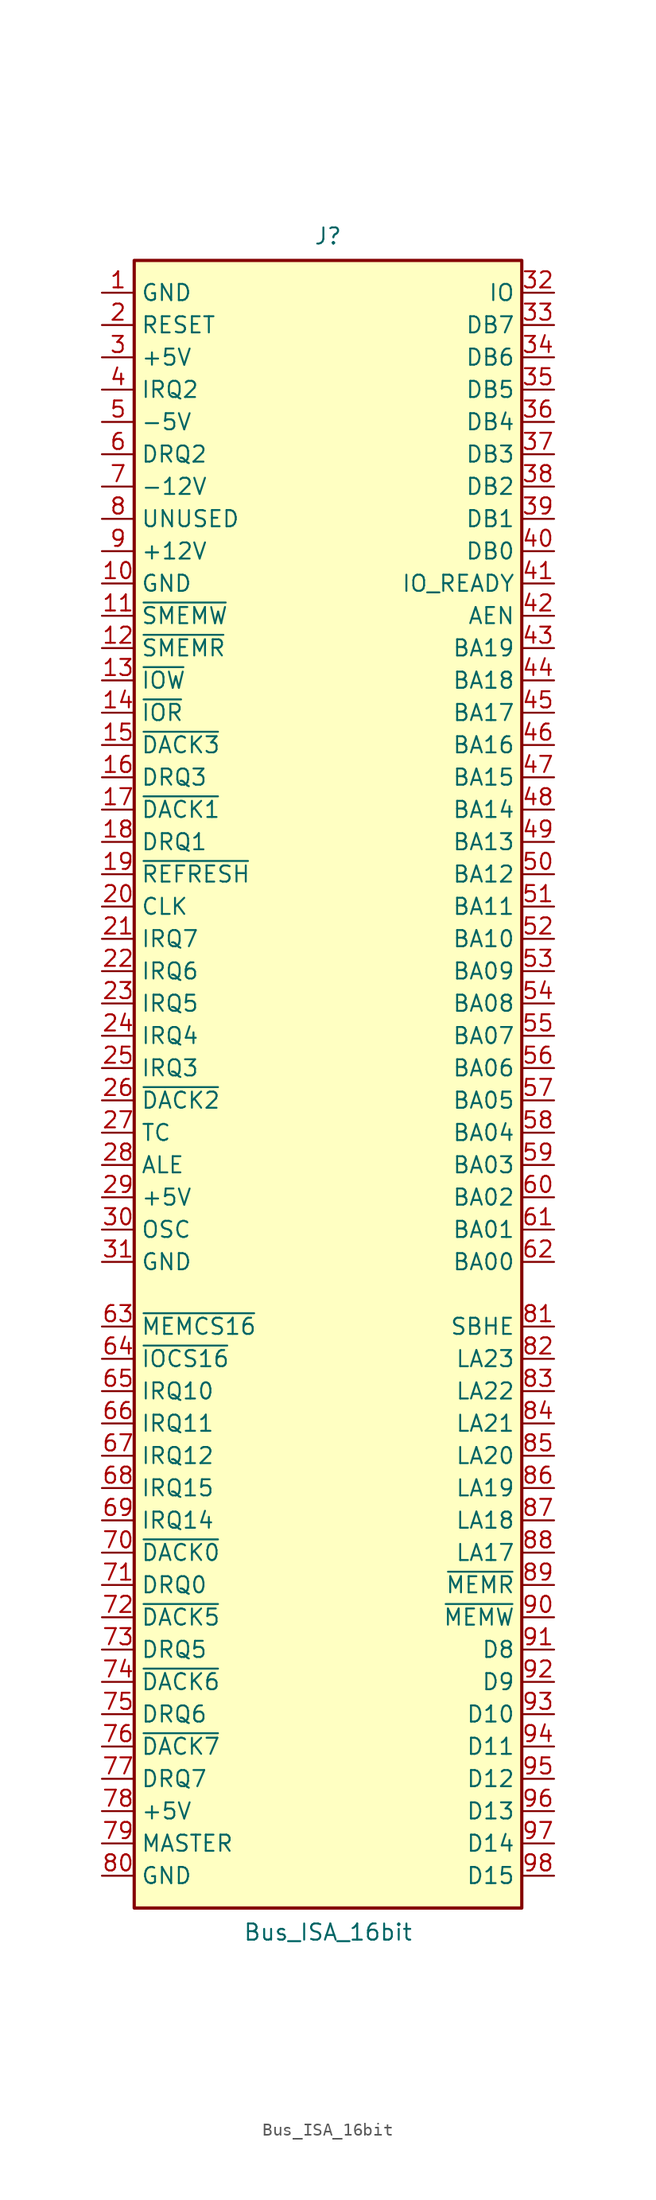
<source format=kicad_sym>
(kicad_symbol_lib
  (version 20211014)
  (generator kicad_symbol_editor)
  (symbol "Bus_ISA_16bit"
    (property "Reference" "J"
      (at 0 67.945 0)
      (effects (font (size 1.27 1.27))))
    (property "Value" "Bus_ISA_16bit"
      (at 0 -65.405 0)
      (effects (font (size 1.27 1.27))))
    (symbol "Bus_ISA_16bit_0_1"
      (rectangle (start -15.24 -63.5) (end 15.24 66.04) (stroke (width 0.254) (type default) (color 0 0 0 0)) (fill (type background))))
    (symbol "Bus_ISA_16bit_1_1"
      (pin power_out line (at -17.78 63.5 0) (length 2.54) (name "GND" (effects (font (size 1.27 1.27)))) (number "1" (effects (font (size 1.27 1.27)))))
      (pin power_in line (at -17.78 40.64 0) (length 2.54) (name "GND" (effects (font (size 1.27 1.27)))) (number "10" (effects (font (size 1.27 1.27)))))
      (pin output line (at -17.78 38.1 0) (length 2.54) (name "~{SMEMW}" (effects (font (size 1.27 1.27)))) (number "11" (effects (font (size 1.27 1.27)))))
      (pin output line (at -17.78 35.56 0) (length 2.54) (name "~{SMEMR}" (effects (font (size 1.27 1.27)))) (number "12" (effects (font (size 1.27 1.27)))))
      (pin output line (at -17.78 33.02 0) (length 2.54) (name "~{IOW}" (effects (font (size 1.27 1.27)))) (number "13" (effects (font (size 1.27 1.27)))))
      (pin output line (at -17.78 30.48 0) (length 2.54) (name "~{IOR}" (effects (font (size 1.27 1.27)))) (number "14" (effects (font (size 1.27 1.27)))))
      (pin passive line (at -17.78 27.94 0) (length 2.54) (name "~{DACK3}" (effects (font (size 1.27 1.27)))) (number "15" (effects (font (size 1.27 1.27)))))
      (pin passive line (at -17.78 25.4 0) (length 2.54) (name "DRQ3" (effects (font (size 1.27 1.27)))) (number "16" (effects (font (size 1.27 1.27)))))
      (pin passive line (at -17.78 22.86 0) (length 2.54) (name "~{DACK1}" (effects (font (size 1.27 1.27)))) (number "17" (effects (font (size 1.27 1.27)))))
      (pin passive line (at -17.78 20.32 0) (length 2.54) (name "DRQ1" (effects (font (size 1.27 1.27)))) (number "18" (effects (font (size 1.27 1.27)))))
      (pin passive line (at -17.78 17.78 0) (length 2.54) (name "~{REFRESH}" (effects (font (size 1.27 1.27)))) (number "19" (effects (font (size 1.27 1.27)))))
      (pin output line (at -17.78 60.96 0) (length 2.54) (name "RESET" (effects (font (size 1.27 1.27)))) (number "2" (effects (font (size 1.27 1.27)))))
      (pin output line (at -17.78 15.24 0) (length 2.54) (name "CLK" (effects (font (size 1.27 1.27)))) (number "20" (effects (font (size 1.27 1.27)))))
      (pin passive line (at -17.78 12.7 0) (length 2.54) (name "IRQ7" (effects (font (size 1.27 1.27)))) (number "21" (effects (font (size 1.27 1.27)))))
      (pin passive line (at -17.78 10.16 0) (length 2.54) (name "IRQ6" (effects (font (size 1.27 1.27)))) (number "22" (effects (font (size 1.27 1.27)))))
      (pin passive line (at -17.78 7.62 0) (length 2.54) (name "IRQ5" (effects (font (size 1.27 1.27)))) (number "23" (effects (font (size 1.27 1.27)))))
      (pin passive line (at -17.78 5.08 0) (length 2.54) (name "IRQ4" (effects (font (size 1.27 1.27)))) (number "24" (effects (font (size 1.27 1.27)))))
      (pin passive line (at -17.78 2.54 0) (length 2.54) (name "IRQ3" (effects (font (size 1.27 1.27)))) (number "25" (effects (font (size 1.27 1.27)))))
      (pin passive line (at -17.78 0 0) (length 2.54) (name "~{DACK2}" (effects (font (size 1.27 1.27)))) (number "26" (effects (font (size 1.27 1.27)))))
      (pin passive line (at -17.78 -2.54 0) (length 2.54) (name "TC" (effects (font (size 1.27 1.27)))) (number "27" (effects (font (size 1.27 1.27)))))
      (pin output line (at -17.78 -5.08 0) (length 2.54) (name "ALE" (effects (font (size 1.27 1.27)))) (number "28" (effects (font (size 1.27 1.27)))))
      (pin power_in line (at -17.78 -7.62 0) (length 2.54) (name "+5V" (effects (font (size 1.27 1.27)))) (number "29" (effects (font (size 1.27 1.27)))))
      (pin power_out line (at -17.78 58.42 0) (length 2.54) (name "+5V" (effects (font (size 1.27 1.27)))) (number "3" (effects (font (size 1.27 1.27)))))
      (pin output line (at -17.78 -10.16 0) (length 2.54) (name "OSC" (effects (font (size 1.27 1.27)))) (number "30" (effects (font (size 1.27 1.27)))))
      (pin power_in line (at -17.78 -12.7 0) (length 2.54) (name "GND" (effects (font (size 1.27 1.27)))) (number "31" (effects (font (size 1.27 1.27)))))
      (pin passive line (at 17.78 63.5 180) (length 2.54) (name "IO" (effects (font (size 1.27 1.27)))) (number "32" (effects (font (size 1.27 1.27)))))
      (pin tri_state line (at 17.78 60.96 180) (length 2.54) (name "DB7" (effects (font (size 1.27 1.27)))) (number "33" (effects (font (size 1.27 1.27)))))
      (pin tri_state line (at 17.78 58.42 180) (length 2.54) (name "DB6" (effects (font (size 1.27 1.27)))) (number "34" (effects (font (size 1.27 1.27)))))
      (pin tri_state line (at 17.78 55.88 180) (length 2.54) (name "DB5" (effects (font (size 1.27 1.27)))) (number "35" (effects (font (size 1.27 1.27)))))
      (pin tri_state line (at 17.78 53.34 180) (length 2.54) (name "DB4" (effects (font (size 1.27 1.27)))) (number "36" (effects (font (size 1.27 1.27)))))
      (pin tri_state line (at 17.78 50.8 180) (length 2.54) (name "DB3" (effects (font (size 1.27 1.27)))) (number "37" (effects (font (size 1.27 1.27)))))
      (pin tri_state line (at 17.78 48.26 180) (length 2.54) (name "DB2" (effects (font (size 1.27 1.27)))) (number "38" (effects (font (size 1.27 1.27)))))
      (pin tri_state line (at 17.78 45.72 180) (length 2.54) (name "DB1" (effects (font (size 1.27 1.27)))) (number "39" (effects (font (size 1.27 1.27)))))
      (pin passive line (at -17.78 55.88 0) (length 2.54) (name "IRQ2" (effects (font (size 1.27 1.27)))) (number "4" (effects (font (size 1.27 1.27)))))
      (pin tri_state line (at 17.78 43.18 180) (length 2.54) (name "DB0" (effects (font (size 1.27 1.27)))) (number "40" (effects (font (size 1.27 1.27)))))
      (pin passive line (at 17.78 40.64 180) (length 2.54) (name "IO_READY" (effects (font (size 1.27 1.27)))) (number "41" (effects (font (size 1.27 1.27)))))
      (pin output line (at 17.78 38.1 180) (length 2.54) (name "AEN" (effects (font (size 1.27 1.27)))) (number "42" (effects (font (size 1.27 1.27)))))
      (pin tri_state line (at 17.78 35.56 180) (length 2.54) (name "BA19" (effects (font (size 1.27 1.27)))) (number "43" (effects (font (size 1.27 1.27)))))
      (pin tri_state line (at 17.78 33.02 180) (length 2.54) (name "BA18" (effects (font (size 1.27 1.27)))) (number "44" (effects (font (size 1.27 1.27)))))
      (pin tri_state line (at 17.78 30.48 180) (length 2.54) (name "BA17" (effects (font (size 1.27 1.27)))) (number "45" (effects (font (size 1.27 1.27)))))
      (pin tri_state line (at 17.78 27.94 180) (length 2.54) (name "BA16" (effects (font (size 1.27 1.27)))) (number "46" (effects (font (size 1.27 1.27)))))
      (pin tri_state line (at 17.78 25.4 180) (length 2.54) (name "BA15" (effects (font (size 1.27 1.27)))) (number "47" (effects (font (size 1.27 1.27)))))
      (pin tri_state line (at 17.78 22.86 180) (length 2.54) (name "BA14" (effects (font (size 1.27 1.27)))) (number "48" (effects (font (size 1.27 1.27)))))
      (pin tri_state line (at 17.78 20.32 180) (length 2.54) (name "BA13" (effects (font (size 1.27 1.27)))) (number "49" (effects (font (size 1.27 1.27)))))
      (pin power_out line (at -17.78 53.34 0) (length 2.54) (name "-5V" (effects (font (size 1.27 1.27)))) (number "5" (effects (font (size 1.27 1.27)))))
      (pin tri_state line (at 17.78 17.78 180) (length 2.54) (name "BA12" (effects (font (size 1.27 1.27)))) (number "50" (effects (font (size 1.27 1.27)))))
      (pin tri_state line (at 17.78 15.24 180) (length 2.54) (name "BA11" (effects (font (size 1.27 1.27)))) (number "51" (effects (font (size 1.27 1.27)))))
      (pin tri_state line (at 17.78 12.7 180) (length 2.54) (name "BA10" (effects (font (size 1.27 1.27)))) (number "52" (effects (font (size 1.27 1.27)))))
      (pin tri_state line (at 17.78 10.16 180) (length 2.54) (name "BA09" (effects (font (size 1.27 1.27)))) (number "53" (effects (font (size 1.27 1.27)))))
      (pin tri_state line (at 17.78 7.62 180) (length 2.54) (name "BA08" (effects (font (size 1.27 1.27)))) (number "54" (effects (font (size 1.27 1.27)))))
      (pin tri_state line (at 17.78 5.08 180) (length 2.54) (name "BA07" (effects (font (size 1.27 1.27)))) (number "55" (effects (font (size 1.27 1.27)))))
      (pin tri_state line (at 17.78 2.54 180) (length 2.54) (name "BA06" (effects (font (size 1.27 1.27)))) (number "56" (effects (font (size 1.27 1.27)))))
      (pin tri_state line (at 17.78 0 180) (length 2.54) (name "BA05" (effects (font (size 1.27 1.27)))) (number "57" (effects (font (size 1.27 1.27)))))
      (pin tri_state line (at 17.78 -2.54 180) (length 2.54) (name "BA04" (effects (font (size 1.27 1.27)))) (number "58" (effects (font (size 1.27 1.27)))))
      (pin tri_state line (at 17.78 -5.08 180) (length 2.54) (name "BA03" (effects (font (size 1.27 1.27)))) (number "59" (effects (font (size 1.27 1.27)))))
      (pin passive line (at -17.78 50.8 0) (length 2.54) (name "DRQ2" (effects (font (size 1.27 1.27)))) (number "6" (effects (font (size 1.27 1.27)))))
      (pin tri_state line (at 17.78 -7.62 180) (length 2.54) (name "BA02" (effects (font (size 1.27 1.27)))) (number "60" (effects (font (size 1.27 1.27)))))
      (pin tri_state line (at 17.78 -10.16 180) (length 2.54) (name "BA01" (effects (font (size 1.27 1.27)))) (number "61" (effects (font (size 1.27 1.27)))))
      (pin tri_state line (at 17.78 -12.7 180) (length 2.54) (name "BA00" (effects (font (size 1.27 1.27)))) (number "62" (effects (font (size 1.27 1.27)))))
      (pin passive line (at -17.78 -17.78 0) (length 2.54) (name "~{MEMCS16}" (effects (font (size 1.27 1.27)))) (number "63" (effects (font (size 1.27 1.27)))))
      (pin passive line (at -17.78 -20.32 0) (length 2.54) (name "~{IOCS16}" (effects (font (size 1.27 1.27)))) (number "64" (effects (font (size 1.27 1.27)))))
      (pin passive line (at -17.78 -22.86 0) (length 2.54) (name "IRQ10" (effects (font (size 1.27 1.27)))) (number "65" (effects (font (size 1.27 1.27)))))
      (pin passive line (at -17.78 -25.4 0) (length 2.54) (name "IRQ11" (effects (font (size 1.27 1.27)))) (number "66" (effects (font (size 1.27 1.27)))))
      (pin passive line (at -17.78 -27.94 0) (length 2.54) (name "IRQ12" (effects (font (size 1.27 1.27)))) (number "67" (effects (font (size 1.27 1.27)))))
      (pin passive line (at -17.78 -30.48 0) (length 2.54) (name "IRQ15" (effects (font (size 1.27 1.27)))) (number "68" (effects (font (size 1.27 1.27)))))
      (pin passive line (at -17.78 -33.02 0) (length 2.54) (name "IRQ14" (effects (font (size 1.27 1.27)))) (number "69" (effects (font (size 1.27 1.27)))))
      (pin power_out line (at -17.78 48.26 0) (length 2.54) (name "-12V" (effects (font (size 1.27 1.27)))) (number "7" (effects (font (size 1.27 1.27)))))
      (pin output line (at -17.78 -35.56 0) (length 2.54) (name "~{DACK0}" (effects (font (size 1.27 1.27)))) (number "70" (effects (font (size 1.27 1.27)))))
      (pin passive line (at -17.78 -38.1 0) (length 2.54) (name "DRQ0" (effects (font (size 1.27 1.27)))) (number "71" (effects (font (size 1.27 1.27)))))
      (pin output line (at -17.78 -40.64 0) (length 2.54) (name "~{DACK5}" (effects (font (size 1.27 1.27)))) (number "72" (effects (font (size 1.27 1.27)))))
      (pin passive line (at -17.78 -43.18 0) (length 2.54) (name "DRQ5" (effects (font (size 1.27 1.27)))) (number "73" (effects (font (size 1.27 1.27)))))
      (pin output line (at -17.78 -45.72 0) (length 2.54) (name "~{DACK6}" (effects (font (size 1.27 1.27)))) (number "74" (effects (font (size 1.27 1.27)))))
      (pin passive line (at -17.78 -48.26 0) (length 2.54) (name "DRQ6" (effects (font (size 1.27 1.27)))) (number "75" (effects (font (size 1.27 1.27)))))
      (pin output line (at -17.78 -50.8 0) (length 2.54) (name "~{DACK7}" (effects (font (size 1.27 1.27)))) (number "76" (effects (font (size 1.27 1.27)))))
      (pin passive line (at -17.78 -53.34 0) (length 2.54) (name "DRQ7" (effects (font (size 1.27 1.27)))) (number "77" (effects (font (size 1.27 1.27)))))
      (pin power_in line (at -17.78 -55.88 0) (length 2.54) (name "+5V" (effects (font (size 1.27 1.27)))) (number "78" (effects (font (size 1.27 1.27)))))
      (pin passive line (at -17.78 -58.42 0) (length 2.54) (name "MASTER" (effects (font (size 1.27 1.27)))) (number "79" (effects (font (size 1.27 1.27)))))
      (pin passive line (at -17.78 45.72 0) (length 2.54) (name "UNUSED" (effects (font (size 1.27 1.27)))) (number "8" (effects (font (size 1.27 1.27)))))
      (pin power_in line (at -17.78 -60.96 0) (length 2.54) (name "GND" (effects (font (size 1.27 1.27)))) (number "80" (effects (font (size 1.27 1.27)))))
      (pin passive line (at 17.78 -17.78 180) (length 2.54) (name "SBHE" (effects (font (size 1.27 1.27)))) (number "81" (effects (font (size 1.27 1.27)))))
      (pin passive line (at 17.78 -20.32 180) (length 2.54) (name "LA23" (effects (font (size 1.27 1.27)))) (number "82" (effects (font (size 1.27 1.27)))))
      (pin passive line (at 17.78 -22.86 180) (length 2.54) (name "LA22" (effects (font (size 1.27 1.27)))) (number "83" (effects (font (size 1.27 1.27)))))
      (pin passive line (at 17.78 -25.4 180) (length 2.54) (name "LA21" (effects (font (size 1.27 1.27)))) (number "84" (effects (font (size 1.27 1.27)))))
      (pin passive line (at 17.78 -27.94 180) (length 2.54) (name "LA20" (effects (font (size 1.27 1.27)))) (number "85" (effects (font (size 1.27 1.27)))))
      (pin passive line (at 17.78 -30.48 180) (length 2.54) (name "LA19" (effects (font (size 1.27 1.27)))) (number "86" (effects (font (size 1.27 1.27)))))
      (pin passive line (at 17.78 -33.02 180) (length 2.54) (name "LA18" (effects (font (size 1.27 1.27)))) (number "87" (effects (font (size 1.27 1.27)))))
      (pin passive line (at 17.78 -35.56 180) (length 2.54) (name "LA17" (effects (font (size 1.27 1.27)))) (number "88" (effects (font (size 1.27 1.27)))))
      (pin output line (at 17.78 -38.1 180) (length 2.54) (name "~{MEMR}" (effects (font (size 1.27 1.27)))) (number "89" (effects (font (size 1.27 1.27)))))
      (pin power_out line (at -17.78 43.18 0) (length 2.54) (name "+12V" (effects (font (size 1.27 1.27)))) (number "9" (effects (font (size 1.27 1.27)))))
      (pin output line (at 17.78 -40.64 180) (length 2.54) (name "~{MEMW}" (effects (font (size 1.27 1.27)))) (number "90" (effects (font (size 1.27 1.27)))))
      (pin tri_state line (at 17.78 -43.18 180) (length 2.54) (name "D8" (effects (font (size 1.27 1.27)))) (number "91" (effects (font (size 1.27 1.27)))))
      (pin tri_state line (at 17.78 -45.72 180) (length 2.54) (name "D9" (effects (font (size 1.27 1.27)))) (number "92" (effects (font (size 1.27 1.27)))))
      (pin tri_state line (at 17.78 -48.26 180) (length 2.54) (name "D10" (effects (font (size 1.27 1.27)))) (number "93" (effects (font (size 1.27 1.27)))))
      (pin tri_state line (at 17.78 -50.8 180) (length 2.54) (name "D11" (effects (font (size 1.27 1.27)))) (number "94" (effects (font (size 1.27 1.27)))))
      (pin tri_state line (at 17.78 -53.34 180) (length 2.54) (name "D12" (effects (font (size 1.27 1.27)))) (number "95" (effects (font (size 1.27 1.27)))))
      (pin tri_state line (at 17.78 -55.88 180) (length 2.54) (name "D13" (effects (font (size 1.27 1.27)))) (number "96" (effects (font (size 1.27 1.27)))))
      (pin tri_state line (at 17.78 -58.42 180) (length 2.54) (name "D14" (effects (font (size 1.27 1.27)))) (number "97" (effects (font (size 1.27 1.27)))))
      (pin tri_state line (at 17.78 -60.96 180) (length 2.54) (name "D15" (effects (font (size 1.27 1.27)))) (number "98" (effects (font (size 1.27 1.27))))))))
</source>
